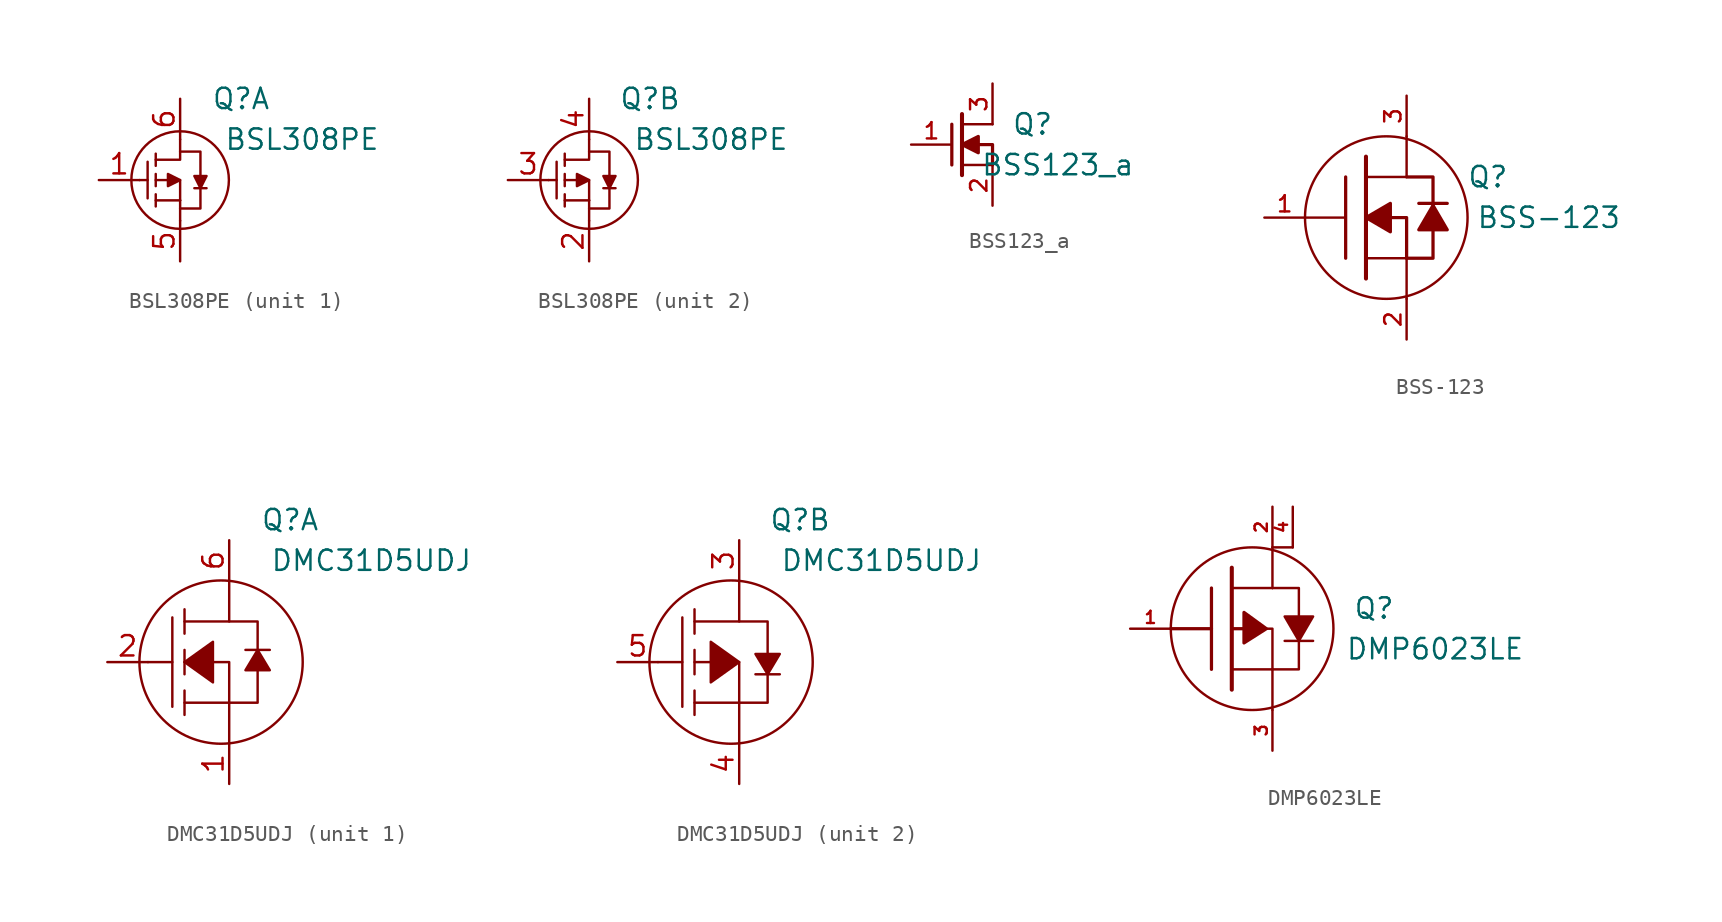
<source format=kicad_sym>
(kicad_symbol_lib
  (version 20211014)
  (generator kicad_symbol_editor)
  (symbol "BSL308PE"
    (pin_names
      (offset 1.016) hide)
    (property "Reference" "Q"
      (at 3.81 5.08 0)
      (effects (font (size 1.27 1.27))))
    (property "Value" "BSL308PE"
      (at 7.62 2.54 0)
      (effects (font (size 1.27 1.27))))
    (symbol "BSL308PE_0_1"
      (polyline (pts (xy -2.54 0) (xy -2.032 0)) (stroke (width 0.152) (type default) (color 0 0 0 0)) (fill (type none)))
      (polyline (pts (xy -2.032 1.143) (xy -2.032 -1.143)) (stroke (width 0.152) (type default) (color 0 0 0 0)) (fill (type none)))
      (polyline (pts (xy -1.524 -1.651) (xy -1.524 -0.889)) (stroke (width 0.152) (type default) (color 0 0 0 0)) (fill (type none)))
      (polyline (pts (xy -1.524 -0.381) (xy -1.524 0.381)) (stroke (width 0.152) (type default) (color 0 0 0 0)) (fill (type none)))
      (polyline (pts (xy -1.524 0.889) (xy -1.524 1.651)) (stroke (width 0.152) (type default) (color 0 0 0 0)) (fill (type none)))
      (polyline (pts (xy 0 -1.27) (xy 0 -1.27)) (stroke (width 0.152) (type default) (color 0 0 0 0)) (fill (type none)))
      (polyline (pts (xy 0.889 -0.508) (xy 1.651 -0.508)) (stroke (width 0.152) (type default) (color 0 0 0 0)) (fill (type none)))
      (polyline (pts (xy -1.524 -1.27) (xy 0 -1.27) (xy 0 -2.54)) (stroke (width 0.152) (type default) (color 0 0 0 0)) (fill (type none)))
      (polyline (pts (xy -1.524 0) (xy 0 0) (xy 0 -1.27)) (stroke (width 0.152) (type default) (color 0 0 0 0)) (fill (type none)))
      (polyline (pts (xy -1.524 1.27) (xy 0 1.27) (xy 0 2.54)) (stroke (width 0.152) (type default) (color 0 0 0 0)) (fill (type none)))
      (polyline (pts (xy 0 0) (xy -0.762 0.381) (xy -0.762 -0.381) (xy 0 0)) (stroke (width 0.152) (type default) (color 0 0 0 0)) (fill (type outline)))
      (polyline (pts (xy 0 1.778) (xy 1.27 1.778) (xy 1.27 -1.778) (xy 0 -1.778)) (stroke (width 0.152) (type default) (color 0 0 0 0)) (fill (type none)))
      (polyline (pts (xy 0.889 0.254) (xy 1.651 0.254) (xy 1.27 -0.508) (xy 0.889 0.254)) (stroke (width 0.152) (type default) (color 0 0 0 0)) (fill (type outline)))
      (circle (center 0 0) (radius 3.048) (stroke (width 0.152) (type default) (color 0 0 0 0)) (fill (type none))))
    (symbol "BSL308PE_1_1"
      (pin passive line (at -5.08 0 0) (length 2.54) (name "G2" (effects (font (size 1.27 1.27)))) (number "1" (effects (font (size 1.27 1.27)))))
      (pin passive line (at 0 -5.08 90) (length 2.54) (name "S2" (effects (font (size 1.27 1.27)))) (number "5" (effects (font (size 1.27 1.27)))))
      (pin passive line (at 0 5.08 270) (length 2.54) (name "D2" (effects (font (size 1.27 1.27)))) (number "6" (effects (font (size 1.27 1.27))))))
    (symbol "BSL308PE_2_1"
      (pin passive line (at 0 -5.08 90) (length 2.54) (name "S2" (effects (font (size 1.27 1.27)))) (number "2" (effects (font (size 1.27 1.27)))))
      (pin passive line (at -5.08 0 0) (length 2.54) (name "G2" (effects (font (size 1.27 1.27)))) (number "3" (effects (font (size 1.27 1.27)))))
      (pin passive line (at 0 5.08 270) (length 2.54) (name "D2" (effects (font (size 1.27 1.27)))) (number "4" (effects (font (size 1.27 1.27)))))))
  (symbol "BSS123_a"
    (pin_names
      (offset 0) hide)
    (property "Reference" "Q"
      (at 5.08 1.27 0)
      (effects (font (size 1.27 1.27)) (justify right)))
    (property "Value" "BSS123_a"
      (at 10.16 -1.27 0)
      (effects (font (size 1.27 1.27)) (justify right)))
    (property "Footprint" ""
      (at 0 0 0)
      (effects (font (size 1.524 1.524))))
    (property "Datasheet" ""
      (at 0 0 0)
      (effects (font (size 1.524 1.524))))
    (symbol "BSS123_a_0_1"
      (polyline (pts (xy -1.27 -1.27) (xy -1.27 1.27)) (stroke (width 0.203) (type default) (color 0 0 0 0)) (fill (type none)))
      (polyline (pts (xy -0.635 -1.905) (xy -0.635 1.905)) (stroke (width 0.254) (type default) (color 0 0 0 0)) (fill (type none)))
      (polyline (pts (xy 1.27 -1.27) (xy -0.635 -1.27)) (stroke (width 0) (type default) (color 0 0 0 0)) (fill (type none)))
      (polyline (pts (xy 1.27 1.27) (xy -0.635 1.27)) (stroke (width 0) (type default) (color 0 0 0 0)) (fill (type none)))
      (polyline (pts (xy 1.27 -1.27) (xy 1.27 0) (xy 0 0)) (stroke (width 0.203) (type default) (color 0 0 0 0)) (fill (type none)))
      (polyline (pts (xy 0.381 0.508) (xy 0.381 -0.508) (xy -0.635 0) (xy 0.381 0.508)) (stroke (width 0.203) (type default) (color 0 0 0 0)) (fill (type outline))))
    (symbol "BSS123_a_1_1"
      (pin input line (at -3.81 0 0) (length 2.54) (name "G" (effects (font (size 1.016 1.016)))) (number "1" (effects (font (size 1.016 1.016)))))
      (pin passive line (at 1.27 -3.81 90) (length 2.54) (name "S" (effects (font (size 1.016 1.016)))) (number "2" (effects (font (size 1.016 1.016)))))
      (pin passive line (at 1.27 3.81 270) (length 2.54) (name "D" (effects (font (size 1.016 1.016)))) (number "3" (effects (font (size 1.016 1.016)))))))
  (symbol "BSS-123"
    (pin_names
      (offset 1.016) hide)
    (property "Reference" "Q"
      (at 6.35 2.54 0)
      (effects (font (size 1.27 1.27))))
    (property "Value" "BSS-123"
      (at 10.16 0 0)
      (effects (font (size 1.27 1.27))))
    (symbol "BSS-123_1_1"
      (polyline (pts (xy -5.08 0) (xy -2.54 0)) (stroke (width 0) (type default) (color 0 0 0 0)) (fill (type none)))
      (polyline (pts (xy -2.54 -2.54) (xy -2.54 2.54)) (stroke (width 0.203) (type default) (color 0 0 0 0)) (fill (type none)))
      (polyline (pts (xy -1.27 -3.81) (xy -1.27 3.81)) (stroke (width 0.254) (type default) (color 0 0 0 0)) (fill (type none)))
      (polyline (pts (xy 1.27 -5.08) (xy 1.27 -2.54)) (stroke (width 0) (type default) (color 0 0 0 0)) (fill (type none)))
      (polyline (pts (xy 1.27 -2.54) (xy -1.27 -2.54)) (stroke (width 0) (type default) (color 0 0 0 0)) (fill (type none)))
      (polyline (pts (xy 1.27 2.54) (xy -1.27 2.54)) (stroke (width 0) (type default) (color 0 0 0 0)) (fill (type none)))
      (polyline (pts (xy 1.27 5.08) (xy 1.27 2.54)) (stroke (width 0) (type default) (color 0 0 0 0)) (fill (type none)))
      (polyline (pts (xy 3.81 0.889) (xy 2.032 0.889)) (stroke (width 0.203) (type default) (color 0 0 0 0)) (fill (type none)))
      (polyline (pts (xy 1.27 -2.54) (xy 1.27 0) (xy 0 0)) (stroke (width 0.203) (type default) (color 0 0 0 0)) (fill (type none)))
      (polyline (pts (xy 0.254 0.889) (xy 0.254 -0.889) (xy -1.27 0) (xy 0.254 0.889)) (stroke (width 0.203) (type default) (color 0 0 0 0)) (fill (type outline)))
      (polyline (pts (xy 1.27 -2.54) (xy 2.921 -2.54) (xy 2.921 2.54) (xy 1.27 2.54)) (stroke (width 0.203) (type default) (color 0 0 0 0)) (fill (type none)))
      (polyline (pts (xy 2.032 -0.762) (xy 3.81 -0.762) (xy 2.921 0.762) (xy 2.032 -0.762)) (stroke (width 0.203) (type default) (color 0 0 0 0)) (fill (type outline)))
      (circle (center 0 0) (radius 5.08) (stroke (width 0) (type default) (color 0 0 0 0)) (fill (type none)))
      (pin input line (at -7.62 0 0) (length 2.54) (name "G" (effects (font (size 1.016 1.016)))) (number "1" (effects (font (size 1.016 1.016)))))
      (pin passive line (at 1.27 -7.62 90) (length 2.54) (name "S" (effects (font (size 1.016 1.016)))) (number "2" (effects (font (size 1.016 1.016)))))
      (pin passive line (at 1.27 7.62 270) (length 2.54) (name "D" (effects (font (size 1.016 1.016)))) (number "3" (effects (font (size 1.016 1.016)))))))
  (symbol "DMC31D5UDJ"
    (pin_names
      (offset 1.016) hide)
    (property "Reference" "Q"
      (at 3.81 8.89 0)
      (effects (font (size 1.27 1.27))))
    (property "Value" "DMC31D5UDJ"
      (at 8.89 6.35 0)
      (effects (font (size 1.27 1.27))))
    (property "ki_locked" ""
      (at 0 0 0)
      (effects (font (size 1.27 1.27))))
    (symbol "DMC31D5UDJ_1_1"
      (circle (center -0.508 0) (radius 5.105) (stroke (width 0) (type default) (color 0 0 0 0)) (fill (type none)))
      (polyline (pts (xy -5.08 0) (xy -3.556 0)) (stroke (width 0) (type default) (color 0 0 0 0)) (fill (type none)))
      (polyline (pts (xy -3.556 2.794) (xy -3.556 -2.794)) (stroke (width 0) (type default) (color 0 0 0 0)) (fill (type none)))
      (polyline (pts (xy -2.794 -2.54) (xy 0 -2.54)) (stroke (width 0) (type default) (color 0 0 0 0)) (fill (type none)))
      (polyline (pts (xy -2.794 -1.778) (xy -2.794 -3.302)) (stroke (width 0) (type default) (color 0 0 0 0)) (fill (type none)))
      (polyline (pts (xy -2.794 0.762) (xy -2.794 -0.762)) (stroke (width 0) (type default) (color 0 0 0 0)) (fill (type none)))
      (polyline (pts (xy -2.794 3.302) (xy -2.794 1.778)) (stroke (width 0) (type default) (color 0 0 0 0)) (fill (type none)))
      (polyline (pts (xy 1.016 0.762) (xy 2.54 0.762)) (stroke (width 0) (type default) (color 0 0 0 0)) (fill (type none)))
      (polyline (pts (xy -2.794 0) (xy 0 0) (xy 0 -5.08)) (stroke (width 0) (type default) (color 0 0 0 0)) (fill (type none)))
      (polyline (pts (xy -2.794 2.54) (xy 0 2.54) (xy 0 5.08)) (stroke (width 0) (type default) (color 0 0 0 0)) (fill (type none)))
      (polyline (pts (xy -2.794 0) (xy -1.016 1.27) (xy -1.016 -1.27) (xy -2.794 0)) (stroke (width 0) (type default) (color 0 0 0 0)) (fill (type outline)))
      (polyline (pts (xy 0 -2.54) (xy 1.778 -2.54) (xy 1.778 2.54) (xy 0 2.54)) (stroke (width 0) (type default) (color 0 0 0 0)) (fill (type none)))
      (polyline (pts (xy 1.778 0.762) (xy 1.016 -0.508) (xy 2.286 -0.508) (xy 2.54 -0.508) (xy 1.778 0.762)) (stroke (width 0) (type default) (color 0 0 0 0)) (fill (type outline)))
      (pin passive line (at 0 -7.62 90) (length 2.54) (name "SOURCE1" (effects (font (size 1.27 1.27)))) (number "1" (effects (font (size 1.27 1.27)))))
      (pin passive line (at -7.62 0 0) (length 2.54) (name "GATE1" (effects (font (size 1.27 1.27)))) (number "2" (effects (font (size 1.27 1.27)))))
      (pin passive line (at 0 7.62 270) (length 2.54) (name "DRAIN1" (effects (font (size 1.27 1.27)))) (number "6" (effects (font (size 1.27 1.27))))))
    (symbol "DMC31D5UDJ_2_1"
      (circle (center -0.508 0) (radius 5.105) (stroke (width 0) (type default) (color 0 0 0 0)) (fill (type none)))
      (polyline (pts (xy -5.08 0) (xy -3.556 0)) (stroke (width 0) (type default) (color 0 0 0 0)) (fill (type none)))
      (polyline (pts (xy -3.556 2.794) (xy -3.556 -2.794)) (stroke (width 0) (type default) (color 0 0 0 0)) (fill (type none)))
      (polyline (pts (xy -2.794 -2.54) (xy 0 -2.54)) (stroke (width 0) (type default) (color 0 0 0 0)) (fill (type none)))
      (polyline (pts (xy -2.794 -1.778) (xy -2.794 -3.302)) (stroke (width 0) (type default) (color 0 0 0 0)) (fill (type none)))
      (polyline (pts (xy -2.794 0.762) (xy -2.794 -0.762)) (stroke (width 0) (type default) (color 0 0 0 0)) (fill (type none)))
      (polyline (pts (xy -2.794 3.302) (xy -2.794 1.778)) (stroke (width 0) (type default) (color 0 0 0 0)) (fill (type none)))
      (polyline (pts (xy 1.016 -0.762) (xy 2.54 -0.762)) (stroke (width 0) (type default) (color 0 0 0 0)) (fill (type none)))
      (polyline (pts (xy -2.794 0) (xy 0 0) (xy 0 -5.08)) (stroke (width 0) (type default) (color 0 0 0 0)) (fill (type none)))
      (polyline (pts (xy -2.794 2.54) (xy 0 2.54) (xy 0 5.08)) (stroke (width 0) (type default) (color 0 0 0 0)) (fill (type none)))
      (polyline (pts (xy 0 -2.54) (xy 1.778 -2.54) (xy 1.778 2.54) (xy 0 2.54)) (stroke (width 0) (type default) (color 0 0 0 0)) (fill (type none)))
      (polyline (pts (xy 0 0) (xy -1.778 1.27) (xy -1.778 -1.27) (xy 0 0)) (stroke (width 0) (type default) (color 0 0 0 0)) (fill (type outline)))
      (polyline (pts (xy 1.778 -0.762) (xy 1.016 0.508) (xy 2.286 0.508) (xy 2.54 0.508) (xy 1.778 -0.762)) (stroke (width 0) (type default) (color 0 0 0 0)) (fill (type outline)))
      (pin passive line (at 0 7.62 270) (length 2.54) (name "DRAIN2" (effects (font (size 1.27 1.27)))) (number "3" (effects (font (size 1.27 1.27)))))
      (pin passive line (at 0 -7.62 90) (length 2.54) (name "SOURCE2" (effects (font (size 1.27 1.27)))) (number "4" (effects (font (size 1.27 1.27)))))
      (pin passive line (at -7.62 0 0) (length 2.54) (name "GATE2" (effects (font (size 1.27 1.27)))) (number "5" (effects (font (size 1.27 1.27)))))))
  (symbol "DMP6023LE"
    (pin_names
      (offset 1.016) hide)
    (property "Reference" "Q"
      (at 7.62 1.27 0)
      (effects (font (size 1.27 1.27))))
    (property "Value" "DMP6023LE"
      (at 11.43 -1.27 0)
      (effects (font (size 1.27 1.27))))
    (symbol "DMP6023LE_1_1"
      (polyline (pts (xy -5.08 0) (xy -2.54 0)) (stroke (width 0.203) (type default) (color 0 0 0 0)) (fill (type none)))
      (polyline (pts (xy -2.54 -2.54) (xy -2.54 2.54)) (stroke (width 0.203) (type default) (color 0 0 0 0)) (fill (type none)))
      (polyline (pts (xy -1.27 -3.81) (xy -1.27 3.81)) (stroke (width 0.254) (type default) (color 0 0 0 0)) (fill (type none)))
      (polyline (pts (xy -0.508 0) (xy -1.27 0)) (stroke (width 0.203) (type default) (color 0 0 0 0)) (fill (type none)))
      (polyline (pts (xy 1.27 -2.54) (xy -1.27 -2.54)) (stroke (width 0) (type default) (color 0 0 0 0)) (fill (type none)))
      (polyline (pts (xy 1.27 -2.54) (xy 1.27 -5.08)) (stroke (width 0) (type default) (color 0 0 0 0)) (fill (type none)))
      (polyline (pts (xy 1.27 2.54) (xy -1.27 2.54)) (stroke (width 0) (type default) (color 0 0 0 0)) (fill (type none)))
      (polyline (pts (xy 1.27 5.08) (xy 1.27 2.54)) (stroke (width 0) (type default) (color 0 0 0 0)) (fill (type none)))
      (polyline (pts (xy 2.032 -0.762) (xy 3.81 -0.762)) (stroke (width 0) (type default) (color 0 0 0 0)) (fill (type none)))
      (polyline (pts (xy 2.54 5.08) (xy 1.27 5.08)) (stroke (width 0) (type default) (color 0 0 0 0)) (fill (type none)))
      (polyline (pts (xy 0.762 0) (xy 1.27 0) (xy 1.27 -2.54)) (stroke (width 0) (type default) (color 0 0 0 0)) (fill (type none)))
      (polyline (pts (xy 1.27 2.54) (xy 2.921 2.54) (xy 2.921 -2.54) (xy 1.27 -2.54)) (stroke (width 0) (type default) (color 0 0 0 0)) (fill (type none)))
      (polyline (pts (xy -0.508 1.016) (xy -0.508 -0.889) (xy 0.889 0) (xy -0.508 1.016) (xy -0.508 1.016)) (stroke (width 0.203) (type default) (color 0 0 0 0)) (fill (type outline)))
      (polyline (pts (xy 2.286 0.762) (xy 3.81 0.762) (xy 2.921 -0.762) (xy 2.032 0.762) (xy 2.286 0.762)) (stroke (width 0) (type default) (color 0 0 0 0)) (fill (type outline)))
      (circle (center 0 0) (radius 5.08) (stroke (width 0) (type default) (color 0 0 0 0)) (fill (type none)))
      (pin input line (at -7.62 0 0) (length 2.54) (name "G" (effects (font (size 1.016 1.016)))) (number "1" (effects (font (size 0.762 0.762)))))
      (pin passive line (at 1.27 7.62 270) (length 2.54) (name "D" (effects (font (size 1.016 1.016)))) (number "2" (effects (font (size 0.762 0.762)))))
      (pin passive line (at 1.27 -7.62 90) (length 2.54) (name "S" (effects (font (size 1.016 1.016)))) (number "3" (effects (font (size 0.762 0.762)))))
      (pin passive line (at 2.54 7.62 270) (length 2.54) (name "D" (effects (font (size 1.016 1.016)))) (number "4" (effects (font (size 0.762 0.762))))))))
</source>
